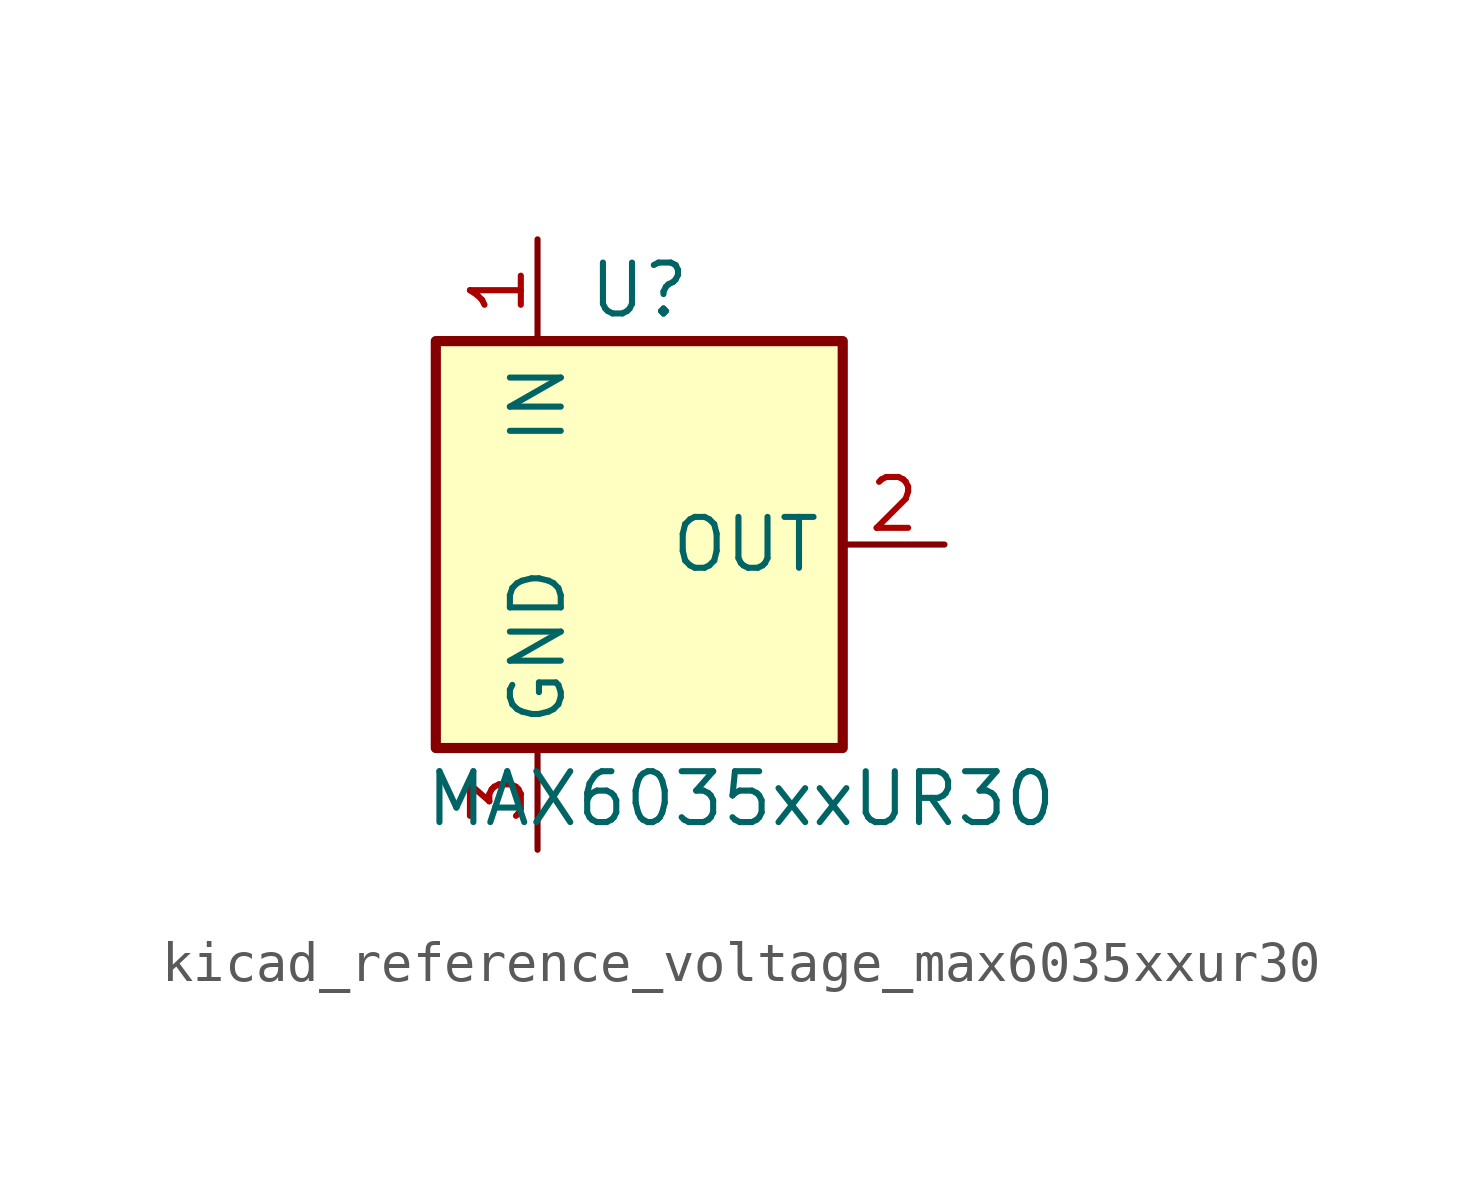
<source format=kicad_sym>
(kicad_symbol_lib
  (version 20220914)
  (generator kicad_symbol_editor)
  (symbol "kicad_reference_voltage_max6035xxur30"
    (property "Reference" "U"
      (at 0 6.35 0)
      (effects (font (size 1.27 1.27))))
    (property "Value" "MAX6035xxUR30"
      (at 2.54 -6.35 0)
      (effects (font (size 1.27 1.27))))
    (symbol "kicad_reference_voltage_max6035xxur30_0_1"
      (rectangle (start -5.08 5.08) (end 5.08 -5.08) (stroke (width 0.254) (type default)) (fill (type background))))
    (symbol "kicad_reference_voltage_max6035xxur30_1_1"
      (pin power_in line (at -2.54 7.62 270) (length 2.54) (name "IN" (effects (font (size 1.27 1.27)))) (number "1" (effects (font (size 1.27 1.27)))))
      (pin power_out line (at 7.62 0 180) (length 2.54) (name "OUT" (effects (font (size 1.27 1.27)))) (number "2" (effects (font (size 1.27 1.27)))))
      (pin power_in line (at -2.54 -7.62 90) (length 2.54) (name "GND" (effects (font (size 1.27 1.27)))) (number "3" (effects (font (size 1.27 1.27))))))))
</source>
